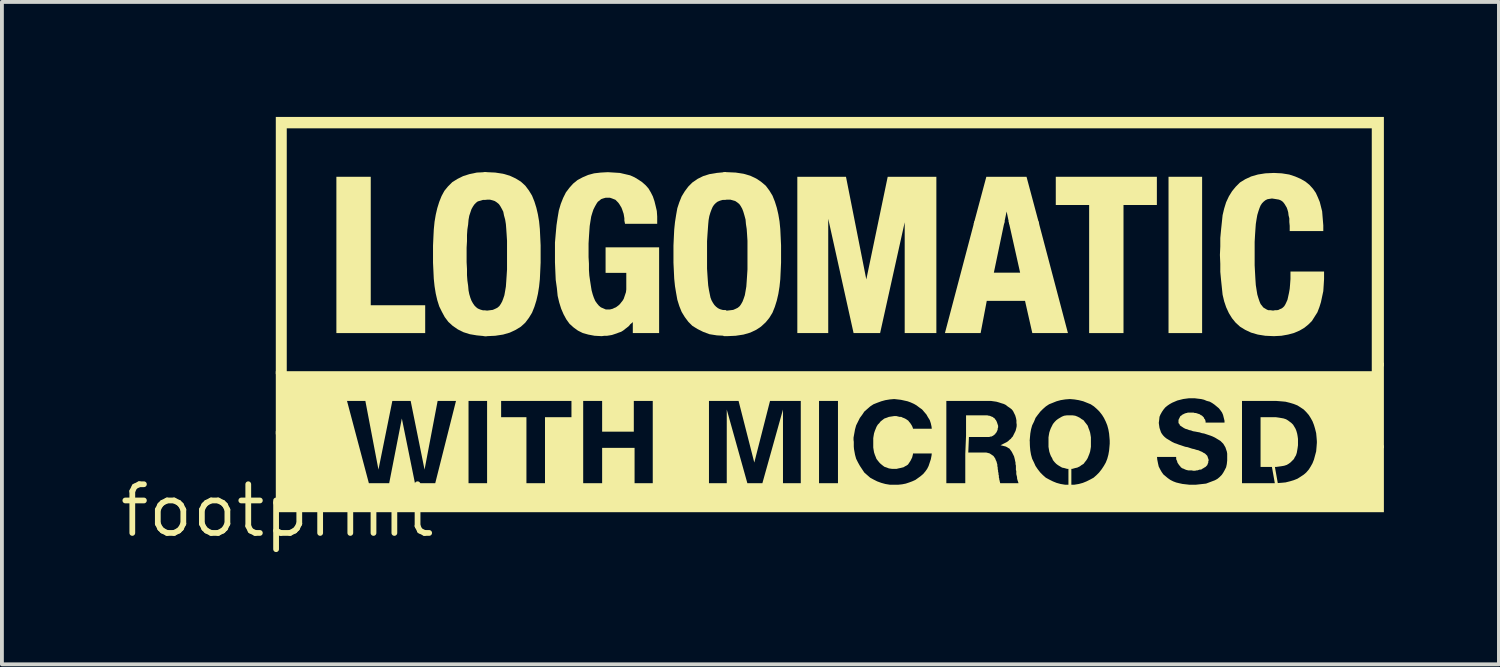
<source format=kicad_pcb>
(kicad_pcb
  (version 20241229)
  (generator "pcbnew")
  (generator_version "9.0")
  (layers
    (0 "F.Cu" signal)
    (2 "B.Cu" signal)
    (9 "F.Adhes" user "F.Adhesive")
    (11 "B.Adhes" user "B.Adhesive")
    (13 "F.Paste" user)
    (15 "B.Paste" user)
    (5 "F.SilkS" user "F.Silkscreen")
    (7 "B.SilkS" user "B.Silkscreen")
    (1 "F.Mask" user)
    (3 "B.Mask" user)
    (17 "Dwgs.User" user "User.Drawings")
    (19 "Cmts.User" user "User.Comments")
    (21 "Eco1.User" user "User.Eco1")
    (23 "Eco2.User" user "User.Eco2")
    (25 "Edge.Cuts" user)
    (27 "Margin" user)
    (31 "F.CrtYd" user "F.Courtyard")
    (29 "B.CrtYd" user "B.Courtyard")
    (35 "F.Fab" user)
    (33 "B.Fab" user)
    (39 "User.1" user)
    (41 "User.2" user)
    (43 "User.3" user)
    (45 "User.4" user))
  (footprint "footprint"
    (layer "F.Cu")
    (at 4.18 10.268)
    (property "Reference" "footprint" (at 0 0 0) (layer "F.SilkS") (effects (font (size 1.27 1.27) (thickness 0.15))))
    (fp_poly (pts (xy 24.118 -4.632) (xy 23.242 -4.632) (xy 23.242 -8.708) (xy 24.118 -8.708)) (stroke (width 0) (type solid)) (fill yes) (layer "F.SilkS"))
    (fp_poly (pts (xy 2.438 -5.358) (xy 3.858 -5.358) (xy 3.858 -4.632) (xy 1.542 -4.632) (xy 1.542 -8.708) (xy 2.438 -8.708)) (stroke (width 0) (type solid)) (fill yes) (layer "F.SilkS"))
    (fp_poly (pts (xy 19.87 -7.472) (xy 19.089 -7.472) (xy 19.02 -7.803) (xy 18.951 -7.472) (xy 18.16 -7.472) (xy 18.491 -8.708) (xy 19.539 -8.708)) (stroke (width 0) (type solid)) (fill yes) (layer "F.SilkS"))
    (fp_poly (pts (xy 22.938 -7.972) (xy 22.068 -7.972) (xy 22.068 -4.632) (xy 21.172 -4.632) (xy 21.172 -7.972) (xy 20.302 -7.972) (xy 20.302 -8.708) (xy 22.938 -8.708)) (stroke (width 0) (type solid)) (fill yes) (layer "F.SilkS"))
    (fp_poly (pts (xy 28.858 -3.772) (xy 28.542 -3.521) (xy 28.542 -9.972) (xy 0.248 -9.972) (xy 0.248 -3.562) (xy -0.038 -3.562) (xy -0.038 -10.268) (xy 28.858 -10.268)) (stroke (width 0) (type solid)) (fill yes) (layer "F.SilkS"))
    (fp_poly (pts (xy 18.687 -6.208) (xy 19.372 -6.208) (xy 19.072 -7.548) (xy 19.849 -7.548) (xy 20.619 -4.632) (xy 19.69 -4.632) (xy 19.5 -5.472) (xy 18.502 -5.472) (xy 18.342 -4.632) (xy 17.411 -4.632) (xy 18.181 -7.548) (xy 18.967 -7.548)) (stroke (width 0) (type solid)) (fill yes) (layer "F.SilkS"))
    (fp_poly (pts (xy 15.361 -6.031) (xy 15.919 -8.708) (xy 17.188 -8.708) (xy 17.188 -4.632) (xy 16.362 -4.632) (xy 16.362 -7.522) (xy 15.721 -4.632) (xy 15.029 -4.632) (xy 14.368 -7.613) (xy 14.368 -4.632) (xy 13.562 -4.632) (xy 13.562 -8.708) (xy 14.831 -8.708)) (stroke (width 0) (type solid)) (fill yes) (layer "F.SilkS"))
    (fp_poly (pts (xy 11.708 -8.117) (xy 11.608 -8.103) (xy 11.543 -8.084) (xy 11.48 -8.057) (xy 11.435 -8.022) (xy 11.39 -7.976) (xy 11.354 -7.922) (xy 11.325 -7.856) (xy 11.296 -7.778) (xy 11.267 -7.681) (xy 11.248 -7.575) (xy 11.238 -7.467) (xy 11.218 -7.187) (xy 11.208 -7.029) (xy 11.208 -6.311) (xy 11.218 -6.153) (xy 11.228 -6.003) (xy 11.238 -5.875) (xy 11.257 -5.757) (xy 11.297 -5.56) (xy 11.325 -5.486) (xy 11.362 -5.42) (xy 11.4 -5.364) (xy 11.445 -5.318) (xy 11.491 -5.282) (xy 11.544 -5.256) (xy 11.608 -5.237) (xy 11.708 -5.223) (xy 11.708 -4.56) (xy 11.466 -4.572) (xy 11.27 -4.603) (xy 11.105 -4.665) (xy 10.961 -4.737) (xy 10.826 -4.82) (xy 10.721 -4.925) (xy 10.628 -5.049) (xy 10.546 -5.183) (xy 10.484 -5.337) (xy 10.433 -5.501) (xy 10.402 -5.674) (xy 10.372 -5.855) (xy 10.352 -6.047) (xy 10.342 -6.258) (xy 10.332 -6.469) (xy 10.332 -6.911) (xy 10.342 -7.132) (xy 10.352 -7.333) (xy 10.372 -7.525) (xy 10.402 -7.716) (xy 10.433 -7.889) (xy 10.484 -8.043) (xy 10.546 -8.197) (xy 10.628 -8.331) (xy 10.721 -8.455) (xy 10.825 -8.559) (xy 10.961 -8.653) (xy 11.106 -8.725) (xy 11.271 -8.777) (xy 11.455 -8.808) (xy 11.708 -8.832)) (stroke (width 0) (type solid)) (fill yes) (layer "F.SilkS"))
    (fp_poly (pts (xy 5.458 -8.117) (xy 5.358 -8.103) (xy 5.228 -8.065) (xy 5.185 -8.032) (xy 5.14 -7.986) (xy 5.102 -7.93) (xy 5.065 -7.864) (xy 5.007 -7.691) (xy 4.988 -7.585) (xy 4.978 -7.466) (xy 4.958 -7.336) (xy 4.948 -7.189) (xy 4.948 -7.029) (xy 4.938 -6.859) (xy 4.938 -6.481) (xy 4.948 -6.301) (xy 4.948 -6.141) (xy 4.958 -6.004) (xy 4.978 -5.864) (xy 4.988 -5.745) (xy 5.007 -5.649) (xy 5.036 -5.552) (xy 5.065 -5.476) (xy 5.102 -5.41) (xy 5.14 -5.354) (xy 5.185 -5.308) (xy 5.23 -5.273) (xy 5.293 -5.246) (xy 5.358 -5.227) (xy 5.458 -5.213) (xy 5.458 -4.548) (xy 5.205 -4.572) (xy 5.021 -4.603) (xy 4.856 -4.655) (xy 4.711 -4.727) (xy 4.576 -4.82) (xy 4.462 -4.924) (xy 4.368 -5.049) (xy 4.296 -5.182) (xy 4.225 -5.326) (xy 4.173 -5.49) (xy 4.133 -5.663) (xy 4.102 -5.855) (xy 4.082 -6.047) (xy 4.072 -6.258) (xy 4.062 -6.469) (xy 4.062 -6.911) (xy 4.072 -7.132) (xy 4.082 -7.333) (xy 4.102 -7.535) (xy 4.133 -7.718) (xy 4.173 -7.89) (xy 4.224 -8.053) (xy 4.285 -8.206) (xy 4.358 -8.341) (xy 4.452 -8.456) (xy 4.566 -8.57) (xy 4.701 -8.653) (xy 4.846 -8.725) (xy 5.01 -8.777) (xy 5.205 -8.818) (xy 5.458 -8.83)) (stroke (width 0) (type solid)) (fill yes) (layer "F.SilkS"))
    (fp_poly (pts (xy 5.684 -8.818) (xy 5.888 -8.787) (xy 6.064 -8.736) (xy 6.218 -8.664) (xy 6.353 -8.581) (xy 6.468 -8.476) (xy 6.562 -8.351) (xy 6.644 -8.217) (xy 6.706 -8.063) (xy 6.757 -7.9) (xy 6.797 -7.728) (xy 6.828 -7.545) (xy 6.848 -7.343) (xy 6.858 -7.132) (xy 6.868 -6.921) (xy 6.868 -6.469) (xy 6.858 -6.248) (xy 6.848 -6.037) (xy 6.828 -5.845) (xy 6.797 -5.653) (xy 6.757 -5.48) (xy 6.706 -5.317) (xy 6.644 -5.163) (xy 6.562 -5.029) (xy 6.468 -4.904) (xy 6.353 -4.799) (xy 6.218 -4.716) (xy 6.064 -4.644) (xy 5.888 -4.593) (xy 5.684 -4.562) (xy 5.471 -4.552) (xy 5.382 -4.552) (xy 5.382 -5.218) (xy 5.468 -5.218) (xy 5.62 -5.237) (xy 5.684 -5.265) (xy 5.739 -5.292) (xy 5.791 -5.336) (xy 5.828 -5.39) (xy 5.865 -5.456) (xy 5.894 -5.533) (xy 5.923 -5.619) (xy 5.942 -5.726) (xy 5.962 -5.845) (xy 5.972 -5.983) (xy 5.982 -6.133) (xy 5.992 -6.291) (xy 5.992 -7.039) (xy 5.982 -7.198) (xy 5.972 -7.347) (xy 5.962 -7.475) (xy 5.943 -7.592) (xy 5.913 -7.701) (xy 5.894 -7.798) (xy 5.856 -7.872) (xy 5.818 -7.94) (xy 5.781 -7.994) (xy 5.727 -8.039) (xy 5.673 -8.075) (xy 5.619 -8.093) (xy 5.545 -8.112) (xy 5.382 -8.112) (xy 5.382 -8.828) (xy 5.471 -8.828)) (stroke (width 0) (type solid)) (fill yes) (layer "F.SilkS"))
    (fp_poly (pts (xy 11.954 -8.818) (xy 12.158 -8.787) (xy 12.334 -8.736) (xy 12.489 -8.663) (xy 12.613 -8.581) (xy 12.738 -8.476) (xy 12.832 -8.351) (xy 12.914 -8.217) (xy 12.976 -8.063) (xy 13.027 -7.9) (xy 13.067 -7.728) (xy 13.098 -7.545) (xy 13.118 -7.343) (xy 13.128 -7.132) (xy 13.138 -6.921) (xy 13.138 -6.469) (xy 13.128 -6.248) (xy 13.118 -6.037) (xy 13.098 -5.845) (xy 13.067 -5.653) (xy 13.027 -5.48) (xy 12.976 -5.317) (xy 12.914 -5.163) (xy 12.831 -5.028) (xy 12.738 -4.914) (xy 12.614 -4.8) (xy 12.489 -4.717) (xy 12.334 -4.644) (xy 12.158 -4.593) (xy 11.954 -4.562) (xy 11.731 -4.552) (xy 11.642 -4.552) (xy 11.642 -4.562) (xy 11.632 -4.562) (xy 11.632 -5.228) (xy 11.696 -5.228) (xy 11.706 -5.218) (xy 11.728 -5.218) (xy 11.816 -5.228) (xy 11.89 -5.237) (xy 11.954 -5.265) (xy 12.009 -5.292) (xy 12.061 -5.336) (xy 12.098 -5.39) (xy 12.135 -5.456) (xy 12.164 -5.533) (xy 12.193 -5.619) (xy 12.212 -5.726) (xy 12.232 -5.845) (xy 12.242 -5.983) (xy 12.252 -6.133) (xy 12.262 -6.291) (xy 12.262 -7.039) (xy 12.252 -7.198) (xy 12.242 -7.346) (xy 12.222 -7.476) (xy 12.212 -7.593) (xy 12.183 -7.7) (xy 12.154 -7.798) (xy 12.125 -7.874) (xy 12.088 -7.94) (xy 12.051 -7.994) (xy 11.997 -8.039) (xy 11.944 -8.075) (xy 11.815 -8.112) (xy 11.632 -8.112) (xy 11.632 -8.828) (xy 11.731 -8.828)) (stroke (width 0) (type solid)) (fill yes) (layer "F.SilkS"))
    (fp_poly (pts (xy 8.782 -8.818) (xy 8.936 -8.808) (xy 9.069 -8.777) (xy 9.202 -8.746) (xy 9.318 -8.694) (xy 9.42 -8.632) (xy 9.513 -8.57) (xy 9.607 -8.487) (xy 9.681 -8.403) (xy 9.743 -8.298) (xy 9.795 -8.195) (xy 9.837 -8.071) (xy 9.867 -7.949) (xy 9.898 -7.816) (xy 9.908 -7.671) (xy 9.908 -7.482) (xy 9.069 -7.482) (xy 9.052 -7.566) (xy 9.052 -7.627) (xy 9.033 -7.741) (xy 8.994 -7.857) (xy 8.976 -7.903) (xy 8.918 -7.999) (xy 8.891 -8.035) (xy 8.819 -8.108) (xy 8.727 -8.144) (xy 8.674 -8.162) (xy 8.565 -8.162) (xy 8.501 -8.144) (xy 8.448 -8.126) (xy 8.358 -8.054) (xy 8.322 -8) (xy 8.284 -7.932) (xy 8.245 -7.855) (xy 8.216 -7.768) (xy 8.187 -7.671) (xy 8.168 -7.554) (xy 8.148 -7.426) (xy 8.138 -7.287) (xy 8.128 -7.138) (xy 8.118 -6.969) (xy 8.118 -6.611) (xy 8.128 -6.441) (xy 8.128 -6.281) (xy 8.138 -6.134) (xy 8.158 -5.996) (xy 8.178 -5.866) (xy 8.197 -5.748) (xy 8.226 -5.641) (xy 8.256 -5.554) (xy 8.293 -5.469) (xy 8.34 -5.403) (xy 8.387 -5.347) (xy 8.44 -5.303) (xy 8.568 -5.248) (xy 8.675 -5.248) (xy 8.747 -5.266) (xy 8.784 -5.285) (xy 8.831 -5.304) (xy 8.905 -5.359) (xy 8.941 -5.395) (xy 8.97 -5.433) (xy 9.009 -5.482) (xy 9.035 -5.526) (xy 9.093 -5.698) (xy 9.102 -5.772) (xy 9.102 -6.202) (xy 8.562 -6.202) (xy 8.562 -6.868) (xy 9.958 -6.868) (xy 9.958 -4.632) (xy 9.272 -4.632) (xy 9.272 -4.924) (xy 9.258 -4.904) (xy 9.207 -4.863) (xy 9.167 -4.813) (xy 9.113 -4.77) (xy 9.073 -4.74) (xy 9.022 -4.699) (xy 8.966 -4.665) (xy 8.903 -4.644) (xy 8.853 -4.624) (xy 8.792 -4.604) (xy 8.729 -4.583) (xy 8.666 -4.572) (xy 8.603 -4.562) (xy 8.533 -4.562) (xy 8.462 -4.552) (xy 8.275 -4.562) (xy 8.111 -4.593) (xy 7.966 -4.634) (xy 7.84 -4.697) (xy 7.726 -4.78) (xy 7.622 -4.874) (xy 7.538 -4.99) (xy 7.466 -5.123) (xy 7.404 -5.267) (xy 7.353 -5.43) (xy 7.312 -5.604) (xy 7.292 -5.805) (xy 7.262 -6.016) (xy 7.252 -6.238) (xy 7.242 -6.479) (xy 7.242 -6.992) (xy 7.262 -7.223) (xy 7.282 -7.445) (xy 7.312 -7.646) (xy 7.343 -7.829) (xy 7.394 -8.002) (xy 7.455 -8.156) (xy 7.527 -8.3) (xy 7.621 -8.424) (xy 7.714 -8.528) (xy 7.829 -8.622) (xy 7.963 -8.694) (xy 8.108 -8.756) (xy 8.263 -8.798) (xy 8.437 -8.818) (xy 8.62 -8.828)) (stroke (width 0) (type solid)) (fill yes) (layer "F.SilkS"))
    (fp_poly (pts (xy 26.194 -8.798) (xy 26.389 -8.767) (xy 26.544 -8.716) (xy 26.687 -8.654) (xy 26.812 -8.582) (xy 26.916 -8.498) (xy 27.01 -8.394) (xy 27.083 -8.289) (xy 27.135 -8.175) (xy 27.186 -8.052) (xy 27.217 -7.929) (xy 27.248 -7.806) (xy 27.258 -7.683) (xy 27.268 -7.563) (xy 27.278 -7.442) (xy 27.278 -7.292) (xy 26.402 -7.292) (xy 26.402 -7.428) (xy 26.392 -7.528) (xy 26.392 -7.625) (xy 26.372 -7.703) (xy 26.363 -7.782) (xy 26.344 -7.849) (xy 26.325 -7.904) (xy 26.268 -7.999) (xy 26.241 -8.035) (xy 26.206 -8.07) (xy 26.163 -8.096) (xy 26.12 -8.113) (xy 26.004 -8.132) (xy 25.94 -8.142) (xy 25.876 -8.132) (xy 25.822 -8.123) (xy 25.771 -8.098) (xy 25.725 -8.062) (xy 25.68 -8.016) (xy 25.644 -7.962) (xy 25.616 -7.896) (xy 25.586 -7.808) (xy 25.557 -7.711) (xy 25.538 -7.604) (xy 25.518 -7.476) (xy 25.508 -7.337) (xy 25.498 -7.188) (xy 25.488 -7.009) (xy 25.488 -6.401) (xy 25.498 -6.212) (xy 25.508 -6.032) (xy 25.518 -5.884) (xy 25.538 -5.756) (xy 25.557 -5.639) (xy 25.586 -5.542) (xy 25.616 -5.454) (xy 25.643 -5.39) (xy 25.715 -5.299) (xy 25.807 -5.244) (xy 25.847 -5.228) (xy 25.903 -5.228) (xy 25.969 -5.219) (xy 26.016 -5.228) (xy 26.066 -5.228) (xy 26.108 -5.236) (xy 26.144 -5.255) (xy 26.191 -5.274) (xy 26.225 -5.299) (xy 26.26 -5.334) (xy 26.287 -5.378) (xy 26.315 -5.436) (xy 26.344 -5.502) (xy 26.383 -5.678) (xy 26.402 -5.785) (xy 26.412 -5.903) (xy 26.422 -6.041) (xy 26.422 -6.238) (xy 27.298 -6.238) (xy 27.298 -6.039) (xy 27.288 -5.878) (xy 27.278 -5.725) (xy 27.247 -5.582) (xy 27.217 -5.44) (xy 27.176 -5.308) (xy 27.124 -5.173) (xy 27.052 -5.06) (xy 26.98 -4.946) (xy 26.885 -4.852) (xy 26.782 -4.769) (xy 26.657 -4.696) (xy 26.512 -4.634) (xy 26.358 -4.593) (xy 26.184 -4.562) (xy 25.99 -4.552) (xy 25.766 -4.562) (xy 25.572 -4.593) (xy 25.396 -4.644) (xy 25.242 -4.716) (xy 25.107 -4.799) (xy 24.992 -4.904) (xy 24.899 -5.018) (xy 24.816 -5.152) (xy 24.745 -5.306) (xy 24.693 -5.46) (xy 24.652 -5.634) (xy 24.632 -5.826) (xy 24.612 -6.016) (xy 24.592 -6.228) (xy 24.592 -6.439) (xy 24.582 -6.67) (xy 24.592 -6.891) (xy 24.592 -7.112) (xy 24.612 -7.324) (xy 24.632 -7.514) (xy 24.652 -7.706) (xy 24.693 -7.88) (xy 24.744 -8.044) (xy 24.816 -8.198) (xy 24.899 -8.332) (xy 24.992 -8.446) (xy 25.106 -8.56) (xy 25.242 -8.644) (xy 25.396 -8.716) (xy 25.572 -8.767) (xy 25.766 -8.798) (xy 25.99 -8.808)) (stroke (width 0) (type solid)) (fill yes) (layer "F.SilkS"))
    (fp_poly (pts (xy 28.858 -1.629) (xy 27.115 -1.754) (xy 27.102 -1.917) (xy 27.092 -2.024) (xy 27.063 -2.14) (xy 27.034 -2.237) (xy 26.996 -2.334) (xy 26.947 -2.421) (xy 26.899 -2.497) (xy 26.832 -2.574) (xy 26.766 -2.64) (xy 26.679 -2.698) (xy 26.603 -2.746) (xy 26.507 -2.784) (xy 26.41 -2.813) (xy 26.294 -2.842) (xy 26.187 -2.852) (xy 26.059 -2.862) (xy 25.142 -2.862) (xy 24.702 -2.121) (xy 24.702 -2.345) (xy 24.664 -2.498) (xy 24.637 -2.561) (xy 24.59 -2.627) (xy 24.553 -2.673) (xy 24.437 -2.769) (xy 24.38 -2.808) (xy 24.316 -2.844) (xy 24.238 -2.864) (xy 24.168 -2.894) (xy 24.093 -2.912) (xy 24.006 -2.922) (xy 23.928 -2.932) (xy 23.772 -2.932) (xy 23.695 -2.922) (xy 23.627 -2.913) (xy 23.472 -2.874) (xy 23.337 -2.816) (xy 23.27 -2.778) (xy 23.213 -2.739) (xy 23.157 -2.693) (xy 23.111 -2.637) (xy 23.072 -2.58) (xy 23.034 -2.513) (xy 23.007 -2.45) (xy 22.998 -2.366) (xy 22.988 -2.29) (xy 22.998 -2.216) (xy 23.007 -2.159) (xy 23.045 -2.046) (xy 23.071 -2.002) (xy 23.108 -1.955) (xy 23.145 -1.918) (xy 23.192 -1.881) (xy 23.338 -1.793) (xy 23.395 -1.765) (xy 23.453 -1.746) (xy 23.503 -1.726) (xy 23.679 -1.667) (xy 23.739 -1.657) (xy 23.802 -1.636) (xy 23.86 -1.617) (xy 23.91 -1.607) (xy 23.97 -1.587) (xy 24.022 -1.576) (xy 24.066 -1.555) (xy 24.118 -1.534) (xy 24.149 -1.513) (xy 24.193 -1.491) (xy 24.253 -1.431) (xy 24.266 -1.392) (xy 24.29 -1.32) (xy 24.278 -1.284) (xy 24.278 -1.251) (xy 24.265 -1.225) (xy 24.253 -1.189) (xy 24.203 -1.139) (xy 24.179 -1.127) (xy 24.149 -1.107) (xy 24.129 -1.097) (xy 24.092 -1.072) (xy 24.056 -1.072) (xy 23.996 -1.052) (xy 23.966 -1.052) (xy 23.936 -1.042) (xy 23.885 -1.042) (xy 23.845 -1.052) (xy 23.755 -1.052) (xy 23.709 -1.063) (xy 23.675 -1.075) (xy 23.635 -1.095) (xy 23.603 -1.105) (xy 23.563 -1.133) (xy 23.54 -1.166) (xy 23.52 -1.186) (xy 23.498 -1.219) (xy 23.475 -1.254) (xy 23.464 -1.297) (xy 23.442 -1.341) (xy 23.442 -1.386) (xy 23.439 -1.402) (xy 22.894 -1.402) (xy 21.714 -1.761) (xy 21.702 -1.907) (xy 21.692 -2.015) (xy 21.673 -2.122) (xy 21.644 -2.228) (xy 21.605 -2.324) (xy 21.557 -2.421) (xy 21.509 -2.498) (xy 21.441 -2.585) (xy 21.374 -2.652) (xy 21.297 -2.72) (xy 21.212 -2.776) (xy 21.018 -2.854) (xy 20.902 -2.883) (xy 20.785 -2.902) (xy 20.67 -2.912) (xy 20.545 -2.902) (xy 20.428 -2.883) (xy 20.322 -2.854) (xy 20.128 -2.776) (xy 20.043 -2.72) (xy 19.966 -2.652) (xy 19.899 -2.585) (xy 19.83 -2.497) (xy 19.774 -2.421) (xy 19.735 -2.324) (xy 19.686 -2.226) (xy 19.657 -2.122) (xy 19.638 -2.015) (xy 19.628 -1.907) (xy 19.607 -1.655) (xy 19.282 -2.281) (xy 19.282 -2.355) (xy 19.244 -2.486) (xy 19.188 -2.599) (xy 19.153 -2.643) (xy 19.107 -2.679) (xy 19.047 -2.719) (xy 18.999 -2.758) (xy 18.946 -2.784) (xy 18.879 -2.804) (xy 18.819 -2.824) (xy 18.752 -2.843) (xy 18.617 -2.862) (xy 17.436 -2.862) (xy 17.088 -1.934) (xy 17.062 -2.194) (xy 17.043 -2.28) (xy 17.015 -2.364) (xy 16.967 -2.44) (xy 16.929 -2.508) (xy 16.814 -2.642) (xy 16.747 -2.689) (xy 16.669 -2.748) (xy 16.603 -2.786) (xy 16.516 -2.825) (xy 16.439 -2.853) (xy 16.264 -2.892) (xy 16.089 -2.912) (xy 15.975 -2.902) (xy 15.858 -2.883) (xy 15.752 -2.854) (xy 15.644 -2.814) (xy 15.548 -2.776) (xy 15.463 -2.72) (xy 15.309 -2.585) (xy 15.251 -2.498) (xy 15.193 -2.42) (xy 15.096 -2.226) (xy 15.067 -2.122) (xy 15.028 -1.907) (xy 15.028 -1.528) (xy 14.632 -2.862) (xy 12.85 -2.862) (xy 12.44 -1.256) (xy 12.03 -2.862) (xy 9.298 -2.862) (xy 9.298 -2.062) (xy 8.472 -2.062) (xy 8.472 -2.862) (xy 4.182 -2.862) (xy 3.841 -1.072) (xy 3.479 -2.862) (xy 3.001 -2.862) (xy 2.639 -1.072) (xy 2.298 -2.862) (xy 1.779 -2.862) (xy -0.038 -1.989) (xy -0.038 -3.638) (xy 28.567 -3.638) (xy 28.858 -3.869)) (stroke (width 0) (type solid)) (fill yes) (layer "F.SilkS"))
    (fp_poly (pts (xy 15.028 -1.796) (xy 15.028 -1.673) (xy 15.067 -1.458) (xy 15.096 -1.354) (xy 15.144 -1.258) (xy 15.193 -1.17) (xy 15.309 -0.995) (xy 15.462 -0.861) (xy 15.548 -0.814) (xy 15.645 -0.765) (xy 15.752 -0.726) (xy 15.858 -0.697) (xy 15.973 -0.678) (xy 16.198 -0.678) (xy 16.294 -0.688) (xy 16.39 -0.707) (xy 16.477 -0.736) (xy 16.556 -0.765) (xy 16.641 -0.803) (xy 16.776 -0.9) (xy 16.843 -0.957) (xy 16.9 -1.024) (xy 16.947 -1.09) (xy 16.985 -1.165) (xy 17.043 -1.34) (xy 17.062 -1.436) (xy 17.068 -1.492) (xy 16.578 -1.492) (xy 16.578 -1.475) (xy 16.567 -1.431) (xy 16.556 -1.387) (xy 16.534 -1.343) (xy 16.513 -1.301) (xy 16.472 -1.239) (xy 16.447 -1.203) (xy 16.409 -1.177) (xy 16.369 -1.157) (xy 16.336 -1.135) (xy 16.289 -1.123) (xy 16.248 -1.113) (xy 16.198 -1.103) (xy 16.155 -1.092) (xy 16.027 -1.092) (xy 15.95 -1.103) (xy 15.897 -1.124) (xy 15.832 -1.146) (xy 15.787 -1.18) (xy 15.735 -1.222) (xy 15.702 -1.255) (xy 15.66 -1.307) (xy 15.626 -1.351) (xy 15.605 -1.406) (xy 15.584 -1.457) (xy 15.563 -1.521) (xy 15.552 -1.584) (xy 15.542 -1.647) (xy 15.542 -1.893) (xy 15.552 -1.956) (xy 15.563 -2.019) (xy 15.584 -2.083) (xy 15.605 -2.134) (xy 15.626 -2.187) (xy 15.66 -2.244) (xy 15.701 -2.285) (xy 15.732 -2.327) (xy 15.787 -2.37) (xy 15.832 -2.404) (xy 15.897 -2.426) (xy 15.95 -2.447) (xy 16.024 -2.458) (xy 16.087 -2.468) (xy 16.145 -2.468) (xy 16.189 -2.457) (xy 16.225 -2.448) (xy 16.269 -2.448) (xy 16.315 -2.425) (xy 16.345 -2.415) (xy 16.389 -2.393) (xy 16.421 -2.372) (xy 16.457 -2.347) (xy 16.48 -2.314) (xy 16.5 -2.294) (xy 16.522 -2.261) (xy 16.543 -2.229) (xy 16.565 -2.185) (xy 16.578 -2.146) (xy 16.578 -2.138) (xy 17.084 -2.138) (xy 17.448 -3.11) (xy 17.448 -0.718) (xy 17.942 -0.718) (xy 17.942 -1.481) (xy 17.962 -1.961) (xy 17.962 -2.488) (xy 18.516 -2.488) (xy 18.546 -2.478) (xy 18.566 -2.478) (xy 18.605 -2.465) (xy 18.625 -2.455) (xy 18.661 -2.443) (xy 18.683 -2.421) (xy 18.708 -2.408) (xy 18.721 -2.383) (xy 18.741 -2.363) (xy 18.765 -2.315) (xy 18.776 -2.282) (xy 18.798 -2.216) (xy 18.798 -2.171) (xy 18.788 -2.151) (xy 18.788 -2.124) (xy 18.775 -2.085) (xy 18.751 -2.037) (xy 18.731 -2.017) (xy 18.718 -1.992) (xy 18.693 -1.979) (xy 18.673 -1.959) (xy 18.647 -1.946) (xy 18.619 -1.932) (xy 18.589 -1.932) (xy 18.569 -1.922) (xy 18.037 -1.922) (xy 18.02 -1.518) (xy 18.485 -1.518) (xy 18.529 -1.507) (xy 18.576 -1.495) (xy 18.611 -1.472) (xy 18.641 -1.452) (xy 18.677 -1.427) (xy 18.702 -1.391) (xy 18.725 -1.357) (xy 18.735 -1.325) (xy 18.756 -1.283) (xy 18.767 -1.241) (xy 18.778 -1.206) (xy 18.778 -1.165) (xy 18.788 -1.125) (xy 18.788 -1.085) (xy 18.798 -1.045) (xy 18.798 -1.009) (xy 18.808 -0.989) (xy 18.808 -0.946) (xy 18.818 -0.916) (xy 18.818 -0.866) (xy 18.828 -0.836) (xy 18.828 -0.816) (xy 18.838 -0.786) (xy 18.838 -0.769) (xy 18.848 -0.749) (xy 18.848 -0.729) (xy 18.854 -0.718) (xy 19.33 -0.718) (xy 19.324 -0.738) (xy 19.314 -0.768) (xy 19.303 -0.799) (xy 19.292 -0.845) (xy 19.292 -0.875) (xy 19.283 -0.911) (xy 19.272 -0.955) (xy 19.272 -1.034) (xy 19.262 -1.064) (xy 19.262 -1.175) (xy 19.252 -1.215) (xy 19.252 -1.255) (xy 19.243 -1.292) (xy 19.233 -1.342) (xy 19.214 -1.417) (xy 19.157 -1.531) (xy 19.139 -1.558) (xy 19.109 -1.598) (xy 19.094 -1.62) (xy 19.061 -1.637) (xy 19.031 -1.657) (xy 18.997 -1.674) (xy 18.861 -1.708) (xy 18.993 -1.774) (xy 19.03 -1.793) (xy 19.065 -1.819) (xy 19.095 -1.849) (xy 19.132 -1.877) (xy 19.15 -1.904) (xy 19.179 -1.933) (xy 19.254 -2.083) (xy 19.273 -2.158) (xy 19.282 -2.204) (xy 19.282 -2.446) (xy 19.617 -1.801) (xy 19.628 -1.673) (xy 19.638 -1.565) (xy 19.657 -1.458) (xy 19.686 -1.354) (xy 19.734 -1.256) (xy 19.773 -1.168) (xy 19.831 -1.082) (xy 19.899 -0.995) (xy 19.966 -0.928) (xy 20.042 -0.861) (xy 20.128 -0.814) (xy 20.226 -0.765) (xy 20.322 -0.726) (xy 20.428 -0.697) (xy 20.543 -0.678) (xy 20.632 -0.678) (xy 20.632 -1.092) (xy 20.595 -1.092) (xy 20.521 -1.113) (xy 20.466 -1.124) (xy 20.41 -1.157) (xy 20.359 -1.188) (xy 20.315 -1.221) (xy 20.272 -1.265) (xy 20.227 -1.321) (xy 20.206 -1.373) (xy 20.176 -1.423) (xy 20.154 -1.477) (xy 20.133 -1.541) (xy 20.122 -1.604) (xy 20.112 -1.667) (xy 20.112 -1.913) (xy 20.122 -1.976) (xy 20.133 -2.039) (xy 20.154 -2.103) (xy 20.175 -2.156) (xy 20.206 -2.217) (xy 20.228 -2.261) (xy 20.272 -2.315) (xy 20.315 -2.359) (xy 20.359 -2.392) (xy 20.41 -2.423) (xy 20.463 -2.454) (xy 20.52 -2.477) (xy 20.597 -2.488) (xy 20.733 -2.488) (xy 20.81 -2.477) (xy 20.866 -2.455) (xy 20.93 -2.423) (xy 20.971 -2.392) (xy 21.026 -2.359) (xy 21.06 -2.313) (xy 21.1 -2.263) (xy 21.134 -2.218) (xy 21.156 -2.153) (xy 21.176 -2.103) (xy 21.197 -2.039) (xy 21.208 -1.976) (xy 21.218 -1.913) (xy 21.218 -1.667) (xy 21.208 -1.604) (xy 21.197 -1.541) (xy 21.176 -1.477) (xy 21.155 -1.426) (xy 21.134 -1.373) (xy 21.101 -1.318) (xy 21.06 -1.267) (xy 21.026 -1.221) (xy 20.971 -1.188) (xy 20.93 -1.157) (xy 20.862 -1.124) (xy 20.809 -1.113) (xy 20.735 -1.092) (xy 20.708 -1.092) (xy 20.708 -0.678) (xy 20.787 -0.678) (xy 20.902 -0.697) (xy 21.008 -0.726) (xy 21.104 -0.765) (xy 21.202 -0.814) (xy 21.288 -0.861) (xy 21.364 -0.928) (xy 21.431 -0.995) (xy 21.499 -1.082) (xy 21.557 -1.17) (xy 21.606 -1.256) (xy 21.644 -1.352) (xy 21.673 -1.458) (xy 21.692 -1.565) (xy 21.702 -1.673) (xy 21.716 -1.84) (xy 22.936 -1.469) (xy 22.948 -1.335) (xy 22.967 -1.238) (xy 22.986 -1.153) (xy 23.024 -1.078) (xy 23.062 -1.011) (xy 23.108 -0.946) (xy 23.223 -0.85) (xy 23.29 -0.803) (xy 23.365 -0.765) (xy 23.441 -0.736) (xy 23.519 -0.717) (xy 23.606 -0.698) (xy 23.782 -0.678) (xy 23.958 -0.678) (xy 24.221 -0.707) (xy 24.454 -0.795) (xy 24.518 -0.831) (xy 24.574 -0.878) (xy 24.63 -0.934) (xy 24.668 -0.99) (xy 24.706 -1.058) (xy 24.744 -1.133) (xy 24.762 -1.216) (xy 24.772 -1.312) (xy 24.772 -1.487) (xy 24.763 -1.541) (xy 24.725 -1.654) (xy 24.67 -1.746) (xy 24.596 -1.82) (xy 24.452 -1.907) (xy 24.394 -1.935) (xy 24.347 -1.954) (xy 24.171 -2.013) (xy 24.111 -2.023) (xy 24.051 -2.043) (xy 23.993 -2.053) (xy 23.943 -2.063) (xy 23.88 -2.073) (xy 23.829 -2.093) (xy 23.779 -2.103) (xy 23.728 -2.124) (xy 23.687 -2.134) (xy 23.641 -2.157) (xy 23.579 -2.198) (xy 23.538 -2.226) (xy 23.527 -2.259) (xy 23.502 -2.284) (xy 23.502 -2.369) (xy 23.516 -2.397) (xy 23.536 -2.437) (xy 23.552 -2.468) (xy 23.577 -2.481) (xy 23.597 -2.501) (xy 23.665 -2.535) (xy 23.704 -2.548) (xy 23.721 -2.548) (xy 23.741 -2.558) (xy 23.896 -2.558) (xy 23.926 -2.548) (xy 23.956 -2.548) (xy 24.022 -2.526) (xy 24.061 -2.513) (xy 24.081 -2.493) (xy 24.111 -2.483) (xy 24.163 -2.431) (xy 24.173 -2.401) (xy 24.193 -2.381) (xy 24.208 -2.336) (xy 24.208 -2.305) (xy 24.21 -2.298) (xy 24.718 -2.298) (xy 25.158 -3.039) (xy 25.158 -0.718) (xy 26.014 -0.718) (xy 25.938 -1.142) (xy 25.642 -1.142) (xy 25.642 -2.438) (xy 26.043 -2.438) (xy 26.116 -2.428) (xy 26.176 -2.418) (xy 26.239 -2.407) (xy 26.306 -2.385) (xy 26.361 -2.352) (xy 26.403 -2.32) (xy 26.445 -2.289) (xy 26.49 -2.244) (xy 26.523 -2.19) (xy 26.554 -2.137) (xy 26.576 -2.082) (xy 26.597 -2.008) (xy 26.608 -1.946) (xy 26.618 -1.873) (xy 26.618 -1.707) (xy 26.608 -1.634) (xy 26.598 -1.574) (xy 26.587 -1.511) (xy 26.565 -1.444) (xy 26.533 -1.392) (xy 26.511 -1.347) (xy 26.467 -1.303) (xy 26.425 -1.261) (xy 26.381 -1.228) (xy 26.326 -1.195) (xy 26.259 -1.173) (xy 26.196 -1.162) (xy 26.125 -1.152) (xy 26.053 -1.142) (xy 26.016 -1.142) (xy 26.091 -0.721) (xy 26.187 -0.728) (xy 26.294 -0.738) (xy 26.41 -0.767) (xy 26.507 -0.796) (xy 26.603 -0.834) (xy 26.679 -0.882) (xy 26.767 -0.94) (xy 26.833 -0.997) (xy 26.899 -1.073) (xy 26.947 -1.149) (xy 26.996 -1.236) (xy 27.034 -1.332) (xy 27.092 -1.547) (xy 27.102 -1.663) (xy 27.115 -1.831) (xy 28.858 -1.705) (xy 28.858 0.038) (xy -0.038 0.038) (xy -0.038 -2.074) (xy 1.795 -2.954) (xy 2.389 -0.718) (xy 2.919 -0.718) (xy 3.249 -2.405) (xy 3.591 -0.718) (xy 4.12 -0.718) (xy 4.68 -2.938) (xy 4.988 -2.938) (xy 4.988 -0.718) (xy 5.472 -0.718) (xy 5.472 -2.938) (xy 5.838 -2.938) (xy 5.838 -2.438) (xy 6.498 -2.438) (xy 6.498 -0.718) (xy 6.982 -0.718) (xy 6.982 -2.438) (xy 7.672 -2.438) (xy 7.672 -2.938) (xy 7.978 -2.938) (xy 7.978 -0.718) (xy 8.472 -0.718) (xy 8.472 -1.638) (xy 9.318 -1.638) (xy 9.318 -0.718) (xy 9.792 -0.718) (xy 9.792 -2.938) (xy 11.258 -2.938) (xy 11.258 -0.718) (xy 11.722 -0.718) (xy 11.722 -2.638) (xy 12.259 -0.718) (xy 12.651 -0.718) (xy 13.188 -2.638) (xy 13.188 -0.718) (xy 13.652 -0.718) (xy 13.652 -2.938) (xy 14.128 -2.938) (xy 14.128 -0.718) (xy 14.622 -0.718) (xy 14.622 -3.162)) (stroke (width 0) (type solid)) (fill yes) (layer "F.SilkS")))
  (gr_rect
    (start -3 -3)
    (end 36.038 14.274)
    (stroke (width 0.1) (type default))
    (fill no)
    (layer "Edge.Cuts")))
</source>
